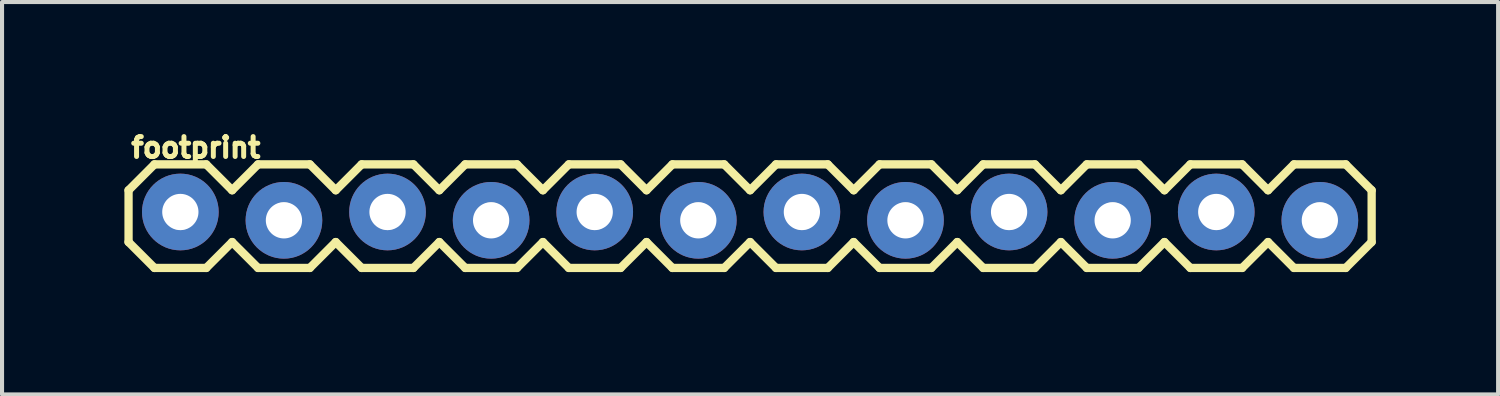
<source format=kicad_pcb>
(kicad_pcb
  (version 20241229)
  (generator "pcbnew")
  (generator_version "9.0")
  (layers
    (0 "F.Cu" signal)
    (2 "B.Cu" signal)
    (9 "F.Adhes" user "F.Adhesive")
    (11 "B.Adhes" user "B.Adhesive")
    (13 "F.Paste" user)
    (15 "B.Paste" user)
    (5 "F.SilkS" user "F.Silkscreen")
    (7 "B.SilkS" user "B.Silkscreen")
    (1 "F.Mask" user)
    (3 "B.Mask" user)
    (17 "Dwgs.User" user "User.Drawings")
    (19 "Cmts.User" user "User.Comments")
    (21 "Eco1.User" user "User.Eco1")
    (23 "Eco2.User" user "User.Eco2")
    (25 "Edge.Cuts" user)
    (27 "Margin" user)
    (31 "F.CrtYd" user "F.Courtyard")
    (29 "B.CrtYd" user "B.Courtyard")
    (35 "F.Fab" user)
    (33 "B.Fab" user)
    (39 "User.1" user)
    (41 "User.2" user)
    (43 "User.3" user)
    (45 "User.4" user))
  (footprint "footprint"
    (layer "F.Cu")
    (at 1.372 2.25)
    (property "Reference" "footprint" (at -1.27 -1.397 0) (layer "F.SilkS") (effects (font (size 0.488 0.488) (thickness 0.122)) (justify left bottom)))
    (fp_line (start -1.27 -0.635) (end -1.27 0.635) (stroke (width 0.203) (type solid)) (layer "F.SilkS"))
    (fp_line (start -1.27 0.635) (end -0.635 1.27) (stroke (width 0.203) (type solid)) (layer "F.SilkS"))
    (fp_line (start -0.635 -1.27) (end -1.27 -0.635) (stroke (width 0.203) (type solid)) (layer "F.SilkS"))
    (fp_line (start -0.635 -1.27) (end 0.635 -1.27) (stroke (width 0.203) (type solid)) (layer "F.SilkS"))
    (fp_line (start 0.635 -1.27) (end 1.27 -0.635) (stroke (width 0.203) (type solid)) (layer "F.SilkS"))
    (fp_line (start 0.635 1.27) (end -0.635 1.27) (stroke (width 0.203) (type solid)) (layer "F.SilkS"))
    (fp_line (start 1.27 -0.635) (end 1.905 -1.27) (stroke (width 0.203) (type solid)) (layer "F.SilkS"))
    (fp_line (start 1.27 0.635) (end 0.635 1.27) (stroke (width 0.203) (type solid)) (layer "F.SilkS"))
    (fp_line (start 1.905 -1.27) (end 3.175 -1.27) (stroke (width 0.203) (type solid)) (layer "F.SilkS"))
    (fp_line (start 1.905 1.27) (end 1.27 0.635) (stroke (width 0.203) (type solid)) (layer "F.SilkS"))
    (fp_line (start 3.175 -1.27) (end 3.81 -0.635) (stroke (width 0.203) (type solid)) (layer "F.SilkS"))
    (fp_line (start 3.175 1.27) (end 1.905 1.27) (stroke (width 0.203) (type solid)) (layer "F.SilkS"))
    (fp_line (start 3.81 -0.635) (end 4.445 -1.27) (stroke (width 0.203) (type solid)) (layer "F.SilkS"))
    (fp_line (start 3.81 0.635) (end 3.175 1.27) (stroke (width 0.203) (type solid)) (layer "F.SilkS"))
    (fp_line (start 4.445 -1.27) (end 5.715 -1.27) (stroke (width 0.203) (type solid)) (layer "F.SilkS"))
    (fp_line (start 4.445 1.27) (end 3.81 0.635) (stroke (width 0.203) (type solid)) (layer "F.SilkS"))
    (fp_line (start 5.715 -1.27) (end 6.35 -0.635) (stroke (width 0.203) (type solid)) (layer "F.SilkS"))
    (fp_line (start 5.715 1.27) (end 4.445 1.27) (stroke (width 0.203) (type solid)) (layer "F.SilkS"))
    (fp_line (start 6.35 0.635) (end 5.715 1.27) (stroke (width 0.203) (type solid)) (layer "F.SilkS"))
    (fp_line (start 6.35 0.635) (end 6.985 1.27) (stroke (width 0.203) (type solid)) (layer "F.SilkS"))
    (fp_line (start 6.985 -1.27) (end 6.35 -0.635) (stroke (width 0.203) (type solid)) (layer "F.SilkS"))
    (fp_line (start 6.985 -1.27) (end 8.255 -1.27) (stroke (width 0.203) (type solid)) (layer "F.SilkS"))
    (fp_line (start 8.255 -1.27) (end 8.89 -0.635) (stroke (width 0.203) (type solid)) (layer "F.SilkS"))
    (fp_line (start 8.255 1.27) (end 6.985 1.27) (stroke (width 0.203) (type solid)) (layer "F.SilkS"))
    (fp_line (start 8.89 -0.635) (end 9.525 -1.27) (stroke (width 0.203) (type solid)) (layer "F.SilkS"))
    (fp_line (start 8.89 0.635) (end 8.255 1.27) (stroke (width 0.203) (type solid)) (layer "F.SilkS"))
    (fp_line (start 9.525 -1.27) (end 10.795 -1.27) (stroke (width 0.203) (type solid)) (layer "F.SilkS"))
    (fp_line (start 9.525 1.27) (end 8.89 0.635) (stroke (width 0.203) (type solid)) (layer "F.SilkS"))
    (fp_line (start 10.795 -1.27) (end 11.43 -0.635) (stroke (width 0.203) (type solid)) (layer "F.SilkS"))
    (fp_line (start 10.795 1.27) (end 9.525 1.27) (stroke (width 0.203) (type solid)) (layer "F.SilkS"))
    (fp_line (start 11.43 -0.635) (end 12.065 -1.27) (stroke (width 0.203) (type solid)) (layer "F.SilkS"))
    (fp_line (start 11.43 0.635) (end 10.795 1.27) (stroke (width 0.203) (type solid)) (layer "F.SilkS"))
    (fp_line (start 12.065 -1.27) (end 13.335 -1.27) (stroke (width 0.203) (type solid)) (layer "F.SilkS"))
    (fp_line (start 12.065 1.27) (end 11.43 0.635) (stroke (width 0.203) (type solid)) (layer "F.SilkS"))
    (fp_line (start 13.335 -1.27) (end 13.97 -0.635) (stroke (width 0.203) (type solid)) (layer "F.SilkS"))
    (fp_line (start 13.335 1.27) (end 12.065 1.27) (stroke (width 0.203) (type solid)) (layer "F.SilkS"))
    (fp_line (start 13.97 0.635) (end 13.335 1.27) (stroke (width 0.203) (type solid)) (layer "F.SilkS"))
    (fp_line (start 13.97 0.635) (end 14.605 1.27) (stroke (width 0.203) (type solid)) (layer "F.SilkS"))
    (fp_line (start 14.605 -1.27) (end 13.97 -0.635) (stroke (width 0.203) (type solid)) (layer "F.SilkS"))
    (fp_line (start 14.605 -1.27) (end 15.875 -1.27) (stroke (width 0.203) (type solid)) (layer "F.SilkS"))
    (fp_line (start 15.875 -1.27) (end 16.51 -0.635) (stroke (width 0.203) (type solid)) (layer "F.SilkS"))
    (fp_line (start 15.875 1.27) (end 14.605 1.27) (stroke (width 0.203) (type solid)) (layer "F.SilkS"))
    (fp_line (start 16.51 -0.635) (end 17.145 -1.27) (stroke (width 0.203) (type solid)) (layer "F.SilkS"))
    (fp_line (start 16.51 0.635) (end 15.875 1.27) (stroke (width 0.203) (type solid)) (layer "F.SilkS"))
    (fp_line (start 17.145 -1.27) (end 18.415 -1.27) (stroke (width 0.203) (type solid)) (layer "F.SilkS"))
    (fp_line (start 17.145 1.27) (end 16.51 0.635) (stroke (width 0.203) (type solid)) (layer "F.SilkS"))
    (fp_line (start 18.415 -1.27) (end 19.05 -0.635) (stroke (width 0.203) (type solid)) (layer "F.SilkS"))
    (fp_line (start 18.415 1.27) (end 17.145 1.27) (stroke (width 0.203) (type solid)) (layer "F.SilkS"))
    (fp_line (start 19.05 -0.635) (end 19.685 -1.27) (stroke (width 0.203) (type solid)) (layer "F.SilkS"))
    (fp_line (start 19.05 0.635) (end 18.415 1.27) (stroke (width 0.203) (type solid)) (layer "F.SilkS"))
    (fp_line (start 19.685 -1.27) (end 20.955 -1.27) (stroke (width 0.203) (type solid)) (layer "F.SilkS"))
    (fp_line (start 19.685 1.27) (end 19.05 0.635) (stroke (width 0.203) (type solid)) (layer "F.SilkS"))
    (fp_line (start 20.955 -1.27) (end 21.59 -0.635) (stroke (width 0.203) (type solid)) (layer "F.SilkS"))
    (fp_line (start 20.955 1.27) (end 19.685 1.27) (stroke (width 0.203) (type solid)) (layer "F.SilkS"))
    (fp_line (start 21.59 0.635) (end 20.955 1.27) (stroke (width 0.203) (type solid)) (layer "F.SilkS"))
    (fp_line (start 21.59 0.635) (end 22.225 1.27) (stroke (width 0.203) (type solid)) (layer "F.SilkS"))
    (fp_line (start 22.225 -1.27) (end 21.59 -0.635) (stroke (width 0.203) (type solid)) (layer "F.SilkS"))
    (fp_line (start 22.225 -1.27) (end 23.495 -1.27) (stroke (width 0.203) (type solid)) (layer "F.SilkS"))
    (fp_line (start 23.495 -1.27) (end 24.13 -0.635) (stroke (width 0.203) (type solid)) (layer "F.SilkS"))
    (fp_line (start 23.495 1.27) (end 22.225 1.27) (stroke (width 0.203) (type solid)) (layer "F.SilkS"))
    (fp_line (start 24.13 -0.635) (end 24.765 -1.27) (stroke (width 0.203) (type solid)) (layer "F.SilkS"))
    (fp_line (start 24.13 0.635) (end 23.495 1.27) (stroke (width 0.203) (type solid)) (layer "F.SilkS"))
    (fp_line (start 24.765 -1.27) (end 26.035 -1.27) (stroke (width 0.203) (type solid)) (layer "F.SilkS"))
    (fp_line (start 24.765 1.27) (end 24.13 0.635) (stroke (width 0.203) (type solid)) (layer "F.SilkS"))
    (fp_line (start 26.035 -1.27) (end 26.67 -0.635) (stroke (width 0.203) (type solid)) (layer "F.SilkS"))
    (fp_line (start 26.035 1.27) (end 24.765 1.27) (stroke (width 0.203) (type solid)) (layer "F.SilkS"))
    (fp_line (start 26.67 -0.635) (end 27.305 -1.27) (stroke (width 0.203) (type solid)) (layer "F.SilkS"))
    (fp_line (start 26.67 0.635) (end 26.035 1.27) (stroke (width 0.203) (type solid)) (layer "F.SilkS"))
    (fp_line (start 27.305 -1.27) (end 28.575 -1.27) (stroke (width 0.203) (type solid)) (layer "F.SilkS"))
    (fp_line (start 27.305 1.27) (end 26.67 0.635) (stroke (width 0.203) (type solid)) (layer "F.SilkS"))
    (fp_line (start 28.575 -1.27) (end 29.21 -0.635) (stroke (width 0.203) (type solid)) (layer "F.SilkS"))
    (fp_line (start 28.575 1.27) (end 27.305 1.27) (stroke (width 0.203) (type solid)) (layer "F.SilkS"))
    (fp_line (start 29.21 -0.635) (end 29.21 0.635) (stroke (width 0.203) (type solid)) (layer "F.SilkS"))
    (fp_line (start 29.21 0.635) (end 28.575 1.27) (stroke (width 0.203) (type solid)) (layer "F.SilkS"))
    (fp_circle (center 0 0) (end 0.33 0) (stroke (width 0.025) (type solid)) (fill no) (layer "F.Fab"))
    (fp_circle (center 2.54 0) (end 2.87 0) (stroke (width 0.025) (type solid)) (fill no) (layer "F.Fab"))
    (fp_circle (center 5.08 0) (end 5.41 0) (stroke (width 0.025) (type solid)) (fill no) (layer "F.Fab"))
    (fp_circle (center 7.62 0) (end 7.95 0) (stroke (width 0.025) (type solid)) (fill no) (layer "F.Fab"))
    (fp_circle (center 10.16 0) (end 10.49 0) (stroke (width 0.025) (type solid)) (fill no) (layer "F.Fab"))
    (fp_circle (center 12.7 0) (end 13.03 0) (stroke (width 0.025) (type solid)) (fill no) (layer "F.Fab"))
    (fp_circle (center 15.24 0) (end 15.57 0) (stroke (width 0.025) (type solid)) (fill no) (layer "F.Fab"))
    (fp_circle (center 17.78 0) (end 18.11 0) (stroke (width 0.025) (type solid)) (fill no) (layer "F.Fab"))
    (fp_circle (center 20.32 0) (end 20.65 0) (stroke (width 0.025) (type solid)) (fill no) (layer "F.Fab"))
    (fp_circle (center 22.86 0) (end 23.19 0) (stroke (width 0.025) (type solid)) (fill no) (layer "F.Fab"))
    (fp_circle (center 25.4 0) (end 25.73 0) (stroke (width 0.025) (type solid)) (fill no) (layer "F.Fab"))
    (fp_circle (center 27.94 0) (end 28.27 0) (stroke (width 0.025) (type solid)) (fill no) (layer "F.Fab"))
    (pad "1" thru_hole circle (at 0 -0.102 90) (size 1.88 1.88) (drill 0.889) (layers "*.Cu" "*.Mask"))
    (pad "2" thru_hole circle (at 2.54 0.102 90) (size 1.88 1.88) (drill 0.889) (layers "*.Cu" "*.Mask"))
    (pad "3" thru_hole circle (at 5.08 -0.102 90) (size 1.88 1.88) (drill 0.889) (layers "*.Cu" "*.Mask"))
    (pad "4" thru_hole circle (at 7.62 0.102 90) (size 1.88 1.88) (drill 0.889) (layers "*.Cu" "*.Mask"))
    (pad "5" thru_hole circle (at 10.16 -0.102 90) (size 1.88 1.88) (drill 0.889) (layers "*.Cu" "*.Mask"))
    (pad "6" thru_hole circle (at 12.7 0.102 90) (size 1.88 1.88) (drill 0.889) (layers "*.Cu" "*.Mask"))
    (pad "7" thru_hole circle (at 15.24 -0.102 90) (size 1.88 1.88) (drill 0.889) (layers "*.Cu" "*.Mask"))
    (pad "8" thru_hole circle (at 17.78 0.102 90) (size 1.88 1.88) (drill 0.889) (layers "*.Cu" "*.Mask"))
    (pad "9" thru_hole circle (at 20.32 -0.102 90) (size 1.88 1.88) (drill 0.889) (layers "*.Cu" "*.Mask"))
    (pad "10" thru_hole circle (at 22.86 0.102 90) (size 1.88 1.88) (drill 0.889) (layers "*.Cu" "*.Mask"))
    (pad "11" thru_hole circle (at 25.4 -0.102 90) (size 1.88 1.88) (drill 0.889) (layers "*.Cu" "*.Mask"))
    (pad "12" thru_hole circle (at 27.94 0.102 90) (size 1.88 1.88) (drill 0.889) (layers "*.Cu" "*.Mask")))
  (gr_rect
    (start -3 -3)
    (end 33.683 6.622)
    (stroke (width 0.1) (type default))
    (fill no)
    (layer "Edge.Cuts")))
</source>
